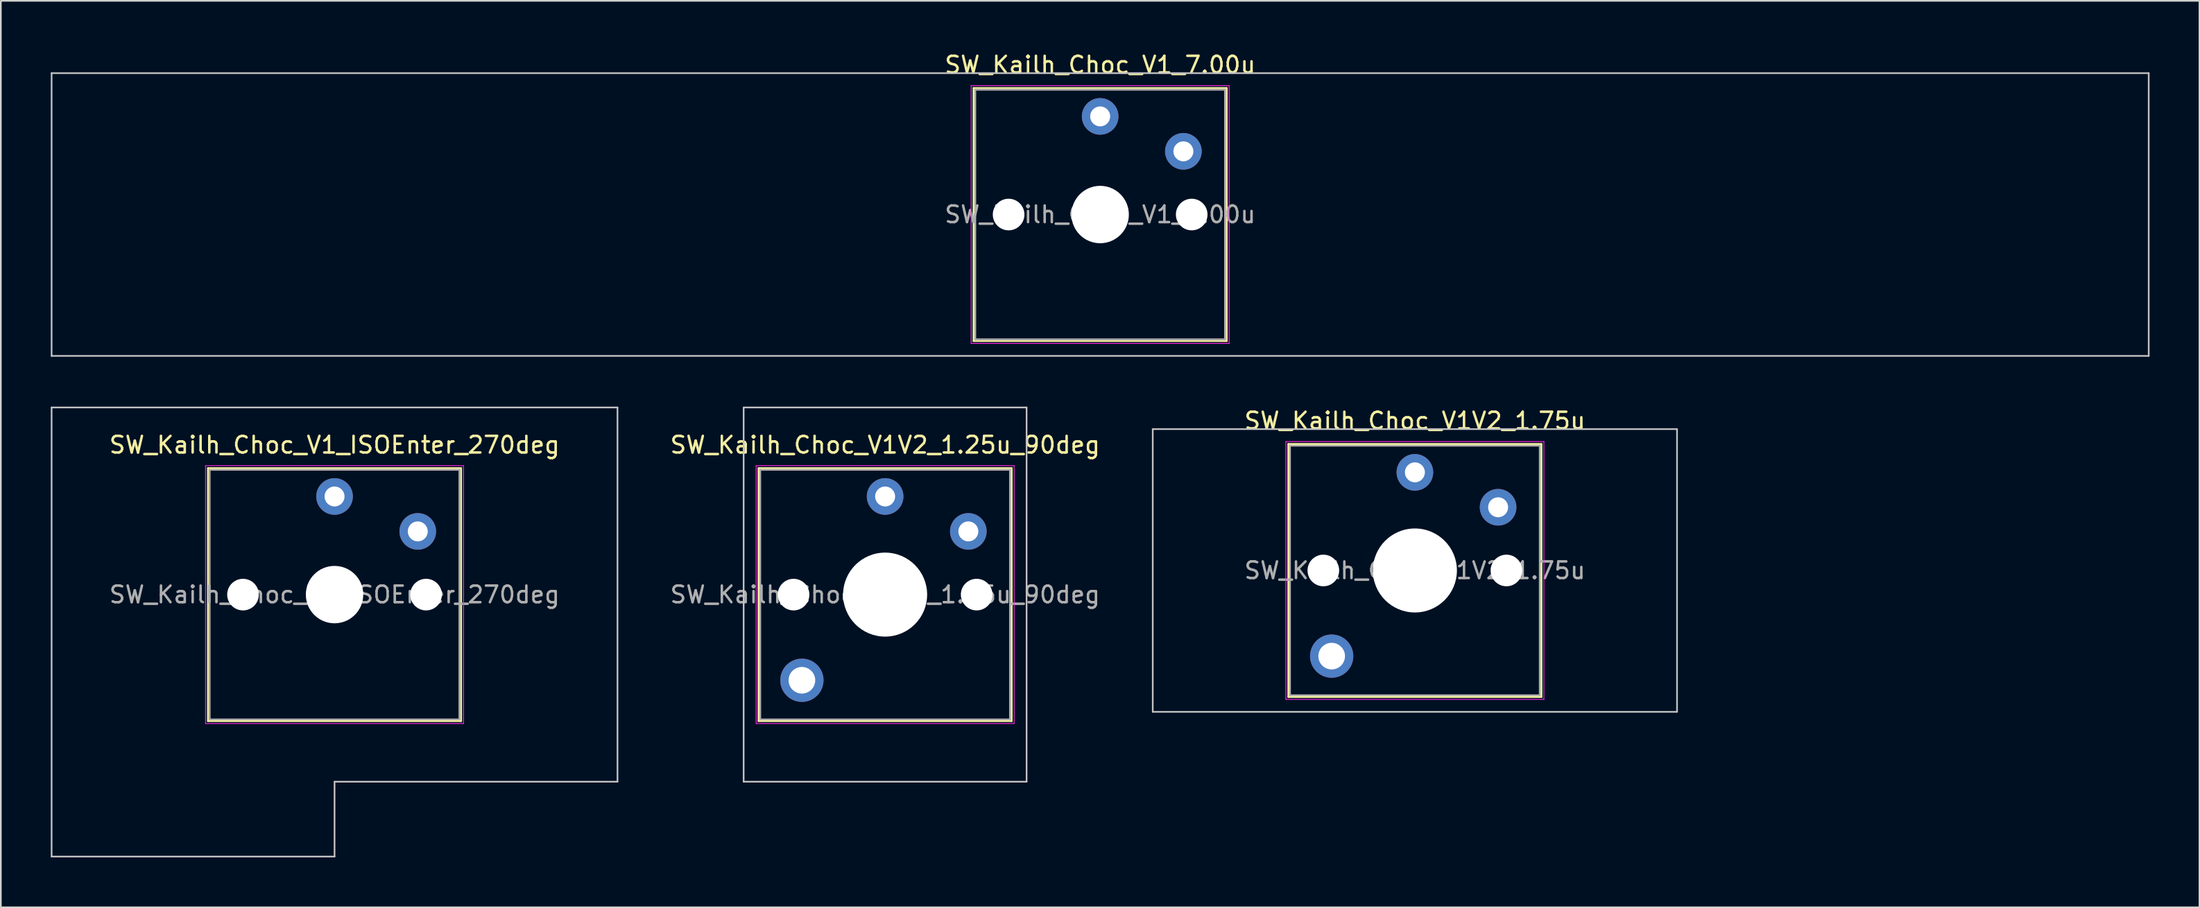
<source format=kicad_pcb>
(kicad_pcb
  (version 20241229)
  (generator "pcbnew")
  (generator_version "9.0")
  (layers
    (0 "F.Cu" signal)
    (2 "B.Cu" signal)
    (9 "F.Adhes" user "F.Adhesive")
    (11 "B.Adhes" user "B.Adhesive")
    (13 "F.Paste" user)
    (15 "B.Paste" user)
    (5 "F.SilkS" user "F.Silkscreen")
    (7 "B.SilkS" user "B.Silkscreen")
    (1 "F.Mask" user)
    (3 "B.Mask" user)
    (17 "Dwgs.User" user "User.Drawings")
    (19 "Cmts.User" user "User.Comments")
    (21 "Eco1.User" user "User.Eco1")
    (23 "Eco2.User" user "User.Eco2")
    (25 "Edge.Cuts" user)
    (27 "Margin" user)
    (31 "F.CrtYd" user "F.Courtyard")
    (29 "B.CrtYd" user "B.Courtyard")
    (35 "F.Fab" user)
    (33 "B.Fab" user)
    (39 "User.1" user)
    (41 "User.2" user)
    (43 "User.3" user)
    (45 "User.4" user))
  (footprint "SW_Kailh_Choc_V1V2_1.25u_90deg"
    (layer "F.Cu")
    (at 50.13 32.698)
    (property "Reference" "SW_Kailh_Choc_V1V2_1.25u_90deg" (at 0 -9 0) (layer "F.SilkS") (effects (font (size 1 1) (thickness 0.15))))
    (attr through_hole)
    (fp_line (start -7.6 -7.6) (end -7.6 7.6) (stroke (width 0.12) (type solid)) (layer "F.SilkS"))
    (fp_line (start -7.6 7.6) (end 7.6 7.6) (stroke (width 0.12) (type solid)) (layer "F.SilkS"))
    (fp_line (start 7.6 -7.6) (end -7.6 -7.6) (stroke (width 0.12) (type solid)) (layer "F.SilkS"))
    (fp_line (start 7.6 7.6) (end 7.6 -7.6) (stroke (width 0.12) (type solid)) (layer "F.SilkS"))
    (fp_line (start -8.5 -11.25) (end 8.5 -11.25) (stroke (width 0.1) (type solid)) (layer "Dwgs.User"))
    (fp_line (start -8.5 11.25) (end -8.5 -11.25) (stroke (width 0.1) (type solid)) (layer "Dwgs.User"))
    (fp_line (start 8.5 -11.25) (end 8.5 11.25) (stroke (width 0.1) (type solid)) (layer "Dwgs.User"))
    (fp_line (start 8.5 11.25) (end -8.5 11.25) (stroke (width 0.1) (type solid)) (layer "Dwgs.User"))
    (fp_line (start -7.25 -7.25) (end -7.25 7.25) (stroke (width 0.1) (type solid)) (layer "Eco1.User"))
    (fp_line (start -7.25 7.25) (end 7.25 7.25) (stroke (width 0.1) (type solid)) (layer "Eco1.User"))
    (fp_line (start 7.25 -7.25) (end -7.25 -7.25) (stroke (width 0.1) (type solid)) (layer "Eco1.User"))
    (fp_line (start 7.25 7.25) (end 7.25 -7.25) (stroke (width 0.1) (type solid)) (layer "Eco1.User"))
    (fp_line (start -7.75 -7.75) (end -7.75 7.75) (stroke (width 0.05) (type solid)) (layer "F.CrtYd"))
    (fp_line (start -7.75 7.75) (end 7.75 7.75) (stroke (width 0.05) (type solid)) (layer "F.CrtYd"))
    (fp_line (start 7.75 -7.75) (end -7.75 -7.75) (stroke (width 0.05) (type solid)) (layer "F.CrtYd"))
    (fp_line (start 7.75 7.75) (end 7.75 -7.75) (stroke (width 0.05) (type solid)) (layer "F.CrtYd"))
    (fp_line (start -7.5 -7.5) (end -7.5 7.5) (stroke (width 0.1) (type solid)) (layer "F.Fab"))
    (fp_line (start -7.5 7.5) (end 7.5 7.5) (stroke (width 0.1) (type solid)) (layer "F.Fab"))
    (fp_line (start 7.5 -7.5) (end -7.5 -7.5) (stroke (width 0.1) (type solid)) (layer "F.Fab"))
    (fp_line (start 7.5 7.5) (end 7.5 -7.5) (stroke (width 0.1) (type solid)) (layer "F.Fab"))
    (fp_text user "${REFERENCE}" (at 0 0 0) (layer "F.Fab") (effects (font (size 1 1) (thickness 0.15))))
    (pad "" np_thru_hole circle (at -5.5 0) (size 1.9 1.9) (drill 1.9) (layers "*.Cu" "*.Mask"))
    (pad "" thru_hole circle (at -5 5.15) (size 2.6 2.6) (drill 1.6) (layers "*.Cu" "*.Mask"))
    (pad "" np_thru_hole circle (at 0 0) (size 5.05 5.05) (drill 5.05) (layers "*.Cu" "*.Mask"))
    (pad "" np_thru_hole circle (at 5.5 0) (size 1.9 1.9) (drill 1.9) (layers "*.Cu" "*.Mask"))
    (pad "1" thru_hole circle (at 0 -5.9) (size 2.2 2.2) (drill 1.2) (layers "*.Cu" "*.Mask"))
    (pad "2" thru_hole circle (at 5 -3.8) (size 2.2 2.2) (drill 1.2) (layers "*.Cu" "*.Mask")))
  (footprint "SW_Kailh_Choc_V1_7.00u"
    (layer "F.Cu")
    (at 63.05 9.848)
    (property "Reference" "SW_Kailh_Choc_V1_7.00u" (at 0 -9 0) (layer "F.SilkS") (effects (font (size 1 1) (thickness 0.15))))
    (attr through_hole)
    (fp_line (start -7.6 -7.6) (end -7.6 7.6) (stroke (width 0.12) (type solid)) (layer "F.SilkS"))
    (fp_line (start -7.6 7.6) (end 7.6 7.6) (stroke (width 0.12) (type solid)) (layer "F.SilkS"))
    (fp_line (start 7.6 -7.6) (end -7.6 -7.6) (stroke (width 0.12) (type solid)) (layer "F.SilkS"))
    (fp_line (start 7.6 7.6) (end 7.6 -7.6) (stroke (width 0.12) (type solid)) (layer "F.SilkS"))
    (fp_line (start -63 -8.5) (end -63 8.5) (stroke (width 0.1) (type solid)) (layer "Dwgs.User"))
    (fp_line (start -63 8.5) (end 63 8.5) (stroke (width 0.1) (type solid)) (layer "Dwgs.User"))
    (fp_line (start 63 -8.5) (end -63 -8.5) (stroke (width 0.1) (type solid)) (layer "Dwgs.User"))
    (fp_line (start 63 8.5) (end 63 -8.5) (stroke (width 0.1) (type solid)) (layer "Dwgs.User"))
    (fp_line (start -7.25 -7.25) (end -7.25 7.25) (stroke (width 0.1) (type solid)) (layer "Eco1.User"))
    (fp_line (start -7.25 7.25) (end 7.25 7.25) (stroke (width 0.1) (type solid)) (layer "Eco1.User"))
    (fp_line (start 7.25 -7.25) (end -7.25 -7.25) (stroke (width 0.1) (type solid)) (layer "Eco1.User"))
    (fp_line (start 7.25 7.25) (end 7.25 -7.25) (stroke (width 0.1) (type solid)) (layer "Eco1.User"))
    (fp_line (start -7.75 -7.75) (end -7.75 7.75) (stroke (width 0.05) (type solid)) (layer "F.CrtYd"))
    (fp_line (start -7.75 7.75) (end 7.75 7.75) (stroke (width 0.05) (type solid)) (layer "F.CrtYd"))
    (fp_line (start 7.75 -7.75) (end -7.75 -7.75) (stroke (width 0.05) (type solid)) (layer "F.CrtYd"))
    (fp_line (start 7.75 7.75) (end 7.75 -7.75) (stroke (width 0.05) (type solid)) (layer "F.CrtYd"))
    (fp_line (start -7.5 -7.5) (end -7.5 7.5) (stroke (width 0.1) (type solid)) (layer "F.Fab"))
    (fp_line (start -7.5 7.5) (end 7.5 7.5) (stroke (width 0.1) (type solid)) (layer "F.Fab"))
    (fp_line (start 7.5 -7.5) (end -7.5 -7.5) (stroke (width 0.1) (type solid)) (layer "F.Fab"))
    (fp_line (start 7.5 7.5) (end 7.5 -7.5) (stroke (width 0.1) (type solid)) (layer "F.Fab"))
    (fp_text user "${REFERENCE}" (at 0 0 0) (layer "F.Fab") (effects (font (size 1 1) (thickness 0.15))))
    (pad "" np_thru_hole circle (at -5.5 0) (size 1.9 1.9) (drill 1.9) (layers "*.Cu" "*.Mask"))
    (pad "" np_thru_hole circle (at 0 0) (size 3.45 3.45) (drill 3.45) (layers "*.Cu" "*.Mask"))
    (pad "" np_thru_hole circle (at 5.5 0) (size 1.9 1.9) (drill 1.9) (layers "*.Cu" "*.Mask"))
    (pad "1" thru_hole circle (at 0 -5.9) (size 2.2 2.2) (drill 1.2) (layers "*.Cu" "*.Mask"))
    (pad "2" thru_hole circle (at 5 -3.8) (size 2.2 2.2) (drill 1.2) (layers "*.Cu" "*.Mask")))
  (footprint "SW_Kailh_Choc_V1V2_1.75u"
    (layer "F.Cu")
    (at 81.96 31.247)
    (property "Reference" "SW_Kailh_Choc_V1V2_1.75u" (at 0 -9 0) (layer "F.SilkS") (effects (font (size 1 1) (thickness 0.15))))
    (attr through_hole)
    (fp_line (start -7.6 -7.6) (end -7.6 7.6) (stroke (width 0.12) (type solid)) (layer "F.SilkS"))
    (fp_line (start -7.6 7.6) (end 7.6 7.6) (stroke (width 0.12) (type solid)) (layer "F.SilkS"))
    (fp_line (start 7.6 -7.6) (end -7.6 -7.6) (stroke (width 0.12) (type solid)) (layer "F.SilkS"))
    (fp_line (start 7.6 7.6) (end 7.6 -7.6) (stroke (width 0.12) (type solid)) (layer "F.SilkS"))
    (fp_line (start -15.75 -8.5) (end -15.75 8.5) (stroke (width 0.1) (type solid)) (layer "Dwgs.User"))
    (fp_line (start -15.75 8.5) (end 15.75 8.5) (stroke (width 0.1) (type solid)) (layer "Dwgs.User"))
    (fp_line (start 15.75 -8.5) (end -15.75 -8.5) (stroke (width 0.1) (type solid)) (layer "Dwgs.User"))
    (fp_line (start 15.75 8.5) (end 15.75 -8.5) (stroke (width 0.1) (type solid)) (layer "Dwgs.User"))
    (fp_line (start -7.25 -7.25) (end -7.25 7.25) (stroke (width 0.1) (type solid)) (layer "Eco1.User"))
    (fp_line (start -7.25 7.25) (end 7.25 7.25) (stroke (width 0.1) (type solid)) (layer "Eco1.User"))
    (fp_line (start 7.25 -7.25) (end -7.25 -7.25) (stroke (width 0.1) (type solid)) (layer "Eco1.User"))
    (fp_line (start 7.25 7.25) (end 7.25 -7.25) (stroke (width 0.1) (type solid)) (layer "Eco1.User"))
    (fp_line (start -7.75 -7.75) (end -7.75 7.75) (stroke (width 0.05) (type solid)) (layer "F.CrtYd"))
    (fp_line (start -7.75 7.75) (end 7.75 7.75) (stroke (width 0.05) (type solid)) (layer "F.CrtYd"))
    (fp_line (start 7.75 -7.75) (end -7.75 -7.75) (stroke (width 0.05) (type solid)) (layer "F.CrtYd"))
    (fp_line (start 7.75 7.75) (end 7.75 -7.75) (stroke (width 0.05) (type solid)) (layer "F.CrtYd"))
    (fp_line (start -7.5 -7.5) (end -7.5 7.5) (stroke (width 0.1) (type solid)) (layer "F.Fab"))
    (fp_line (start -7.5 7.5) (end 7.5 7.5) (stroke (width 0.1) (type solid)) (layer "F.Fab"))
    (fp_line (start 7.5 -7.5) (end -7.5 -7.5) (stroke (width 0.1) (type solid)) (layer "F.Fab"))
    (fp_line (start 7.5 7.5) (end 7.5 -7.5) (stroke (width 0.1) (type solid)) (layer "F.Fab"))
    (fp_text user "${REFERENCE}" (at 0 0 0) (layer "F.Fab") (effects (font (size 1 1) (thickness 0.15))))
    (pad "" np_thru_hole circle (at -5.5 0) (size 1.9 1.9) (drill 1.9) (layers "*.Cu" "*.Mask"))
    (pad "" thru_hole circle (at -5 5.15) (size 2.6 2.6) (drill 1.6) (layers "*.Cu" "*.Mask"))
    (pad "" np_thru_hole circle (at 0 0) (size 5.05 5.05) (drill 5.05) (layers "*.Cu" "*.Mask"))
    (pad "" np_thru_hole circle (at 5.5 0) (size 1.9 1.9) (drill 1.9) (layers "*.Cu" "*.Mask"))
    (pad "1" thru_hole circle (at 0 -5.9) (size 2.2 2.2) (drill 1.2) (layers "*.Cu" "*.Mask"))
    (pad "2" thru_hole circle (at 5 -3.8) (size 2.2 2.2) (drill 1.2) (layers "*.Cu" "*.Mask")))
  (footprint "SW_Kailh_Choc_V1_ISOEnter_270deg"
    (layer "F.Cu")
    (at 17.05 32.698)
    (property "Reference" "SW_Kailh_Choc_V1_ISOEnter_270deg" (at 0 -9 0) (layer "F.SilkS") (effects (font (size 1 1) (thickness 0.15))))
    (attr through_hole)
    (fp_line (start -7.6 -7.6) (end -7.6 7.6) (stroke (width 0.12) (type solid)) (layer "F.SilkS"))
    (fp_line (start -7.6 7.6) (end 7.6 7.6) (stroke (width 0.12) (type solid)) (layer "F.SilkS"))
    (fp_line (start 7.6 -7.6) (end -7.6 -7.6) (stroke (width 0.12) (type solid)) (layer "F.SilkS"))
    (fp_line (start 7.6 7.6) (end 7.6 -7.6) (stroke (width 0.12) (type solid)) (layer "F.SilkS"))
    (fp_line (start -17 -11.25) (end -17 15.75) (stroke (width 0.1) (type solid)) (layer "Dwgs.User"))
    (fp_line (start -17 15.75) (end 0 15.75) (stroke (width 0.1) (type solid)) (layer "Dwgs.User"))
    (fp_line (start 0 11.25) (end 17 11.25) (stroke (width 0.1) (type solid)) (layer "Dwgs.User"))
    (fp_line (start 0 15.75) (end 0 11.25) (stroke (width 0.1) (type solid)) (layer "Dwgs.User"))
    (fp_line (start 17 -11.25) (end -17 -11.25) (stroke (width 0.1) (type solid)) (layer "Dwgs.User"))
    (fp_line (start 17 11.25) (end 17 -11.25) (stroke (width 0.1) (type solid)) (layer "Dwgs.User"))
    (fp_line (start -7.25 -7.25) (end -7.25 7.25) (stroke (width 0.1) (type solid)) (layer "Eco1.User"))
    (fp_line (start -7.25 7.25) (end 7.25 7.25) (stroke (width 0.1) (type solid)) (layer "Eco1.User"))
    (fp_line (start 7.25 -7.25) (end -7.25 -7.25) (stroke (width 0.1) (type solid)) (layer "Eco1.User"))
    (fp_line (start 7.25 7.25) (end 7.25 -7.25) (stroke (width 0.1) (type solid)) (layer "Eco1.User"))
    (fp_line (start -7.75 -7.75) (end -7.75 7.75) (stroke (width 0.05) (type solid)) (layer "F.CrtYd"))
    (fp_line (start -7.75 7.75) (end 7.75 7.75) (stroke (width 0.05) (type solid)) (layer "F.CrtYd"))
    (fp_line (start 7.75 -7.75) (end -7.75 -7.75) (stroke (width 0.05) (type solid)) (layer "F.CrtYd"))
    (fp_line (start 7.75 7.75) (end 7.75 -7.75) (stroke (width 0.05) (type solid)) (layer "F.CrtYd"))
    (fp_line (start -7.5 -7.5) (end -7.5 7.5) (stroke (width 0.1) (type solid)) (layer "F.Fab"))
    (fp_line (start -7.5 7.5) (end 7.5 7.5) (stroke (width 0.1) (type solid)) (layer "F.Fab"))
    (fp_line (start 7.5 -7.5) (end -7.5 -7.5) (stroke (width 0.1) (type solid)) (layer "F.Fab"))
    (fp_line (start 7.5 7.5) (end 7.5 -7.5) (stroke (width 0.1) (type solid)) (layer "F.Fab"))
    (fp_text user "${REFERENCE}" (at 0 0 0) (layer "F.Fab") (effects (font (size 1 1) (thickness 0.15))))
    (pad "" np_thru_hole circle (at -5.5 0) (size 1.9 1.9) (drill 1.9) (layers "*.Cu" "*.Mask"))
    (pad "" np_thru_hole circle (at 0 0) (size 3.45 3.45) (drill 3.45) (layers "*.Cu" "*.Mask"))
    (pad "" np_thru_hole circle (at 5.5 0) (size 1.9 1.9) (drill 1.9) (layers "*.Cu" "*.Mask"))
    (pad "1" thru_hole circle (at 0 -5.9) (size 2.2 2.2) (drill 1.2) (layers "*.Cu" "*.Mask"))
    (pad "2" thru_hole circle (at 5 -3.8) (size 2.2 2.2) (drill 1.2) (layers "*.Cu" "*.Mask")))
  (gr_rect
    (start -3 -3)
    (end 129.1 51.498)
    (stroke (width 0.1) (type default))
    (fill no)
    (layer "Edge.Cuts")))
</source>
